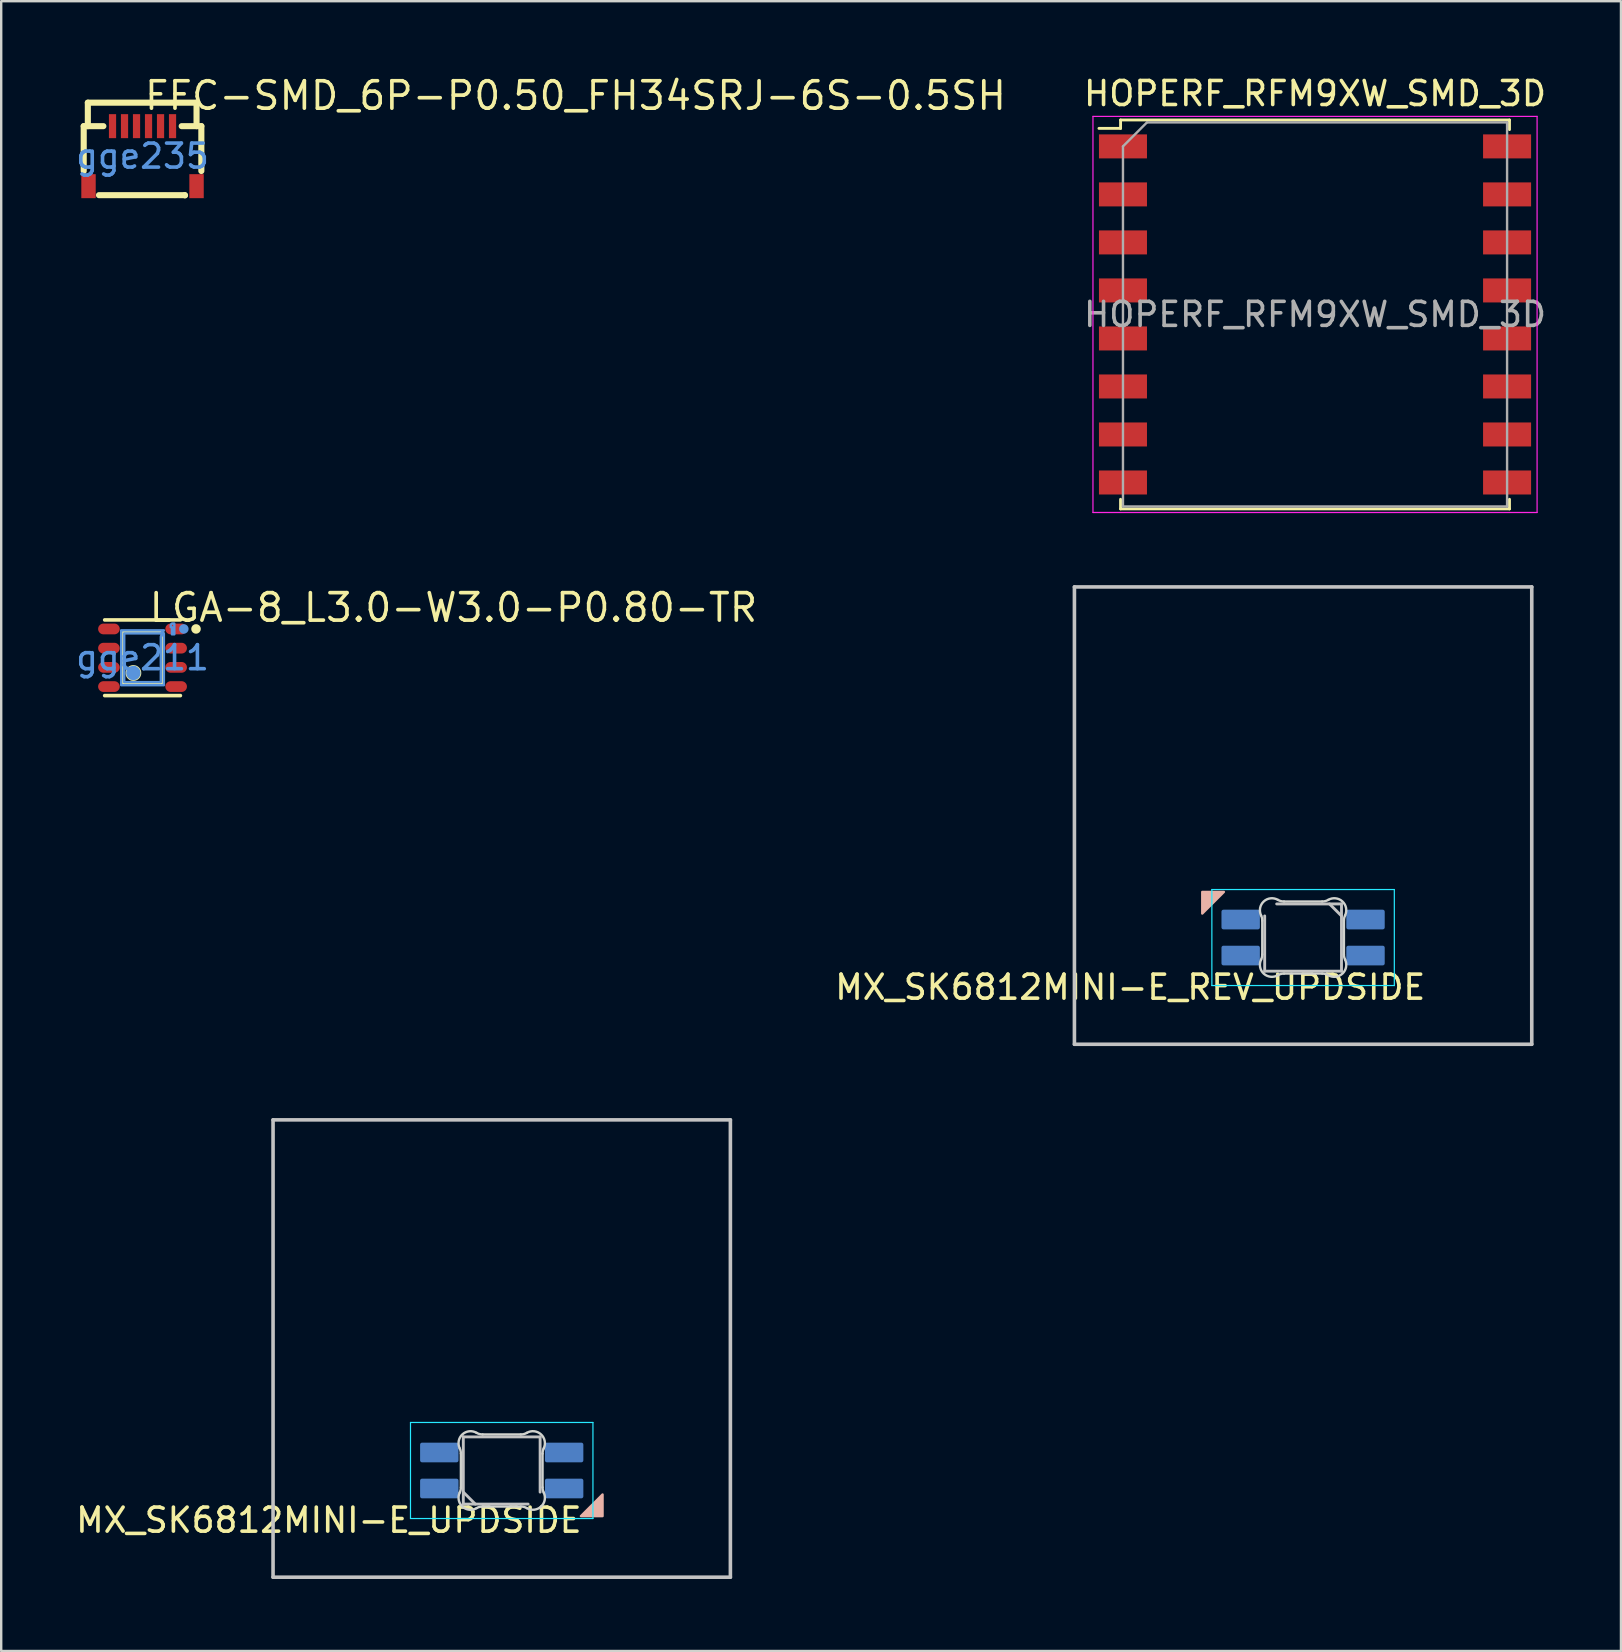
<source format=kicad_pcb>
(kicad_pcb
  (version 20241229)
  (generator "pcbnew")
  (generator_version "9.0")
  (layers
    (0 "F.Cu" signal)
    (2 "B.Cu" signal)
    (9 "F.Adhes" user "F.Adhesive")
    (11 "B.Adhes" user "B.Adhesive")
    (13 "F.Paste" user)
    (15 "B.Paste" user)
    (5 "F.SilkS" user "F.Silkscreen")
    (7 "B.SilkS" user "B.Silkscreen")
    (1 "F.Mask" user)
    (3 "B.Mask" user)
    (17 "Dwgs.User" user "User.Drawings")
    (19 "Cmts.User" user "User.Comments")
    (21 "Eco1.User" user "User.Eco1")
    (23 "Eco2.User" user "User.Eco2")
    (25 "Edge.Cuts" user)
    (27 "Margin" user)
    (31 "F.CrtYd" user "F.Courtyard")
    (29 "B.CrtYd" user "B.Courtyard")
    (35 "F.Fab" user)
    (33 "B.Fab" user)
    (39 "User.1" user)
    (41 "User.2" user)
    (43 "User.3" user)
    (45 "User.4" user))
  (footprint "MX_SK6812MINI-E_REV_UPDSIDE"
    (layer "F.Cu")
    (at 51.23 30.923)
    (property "Reference" "MX_SK6812MINI-E_REV_UPDSIDE" (at -7.2 7.15 0) (layer "F.SilkS") (effects (font (size 1 1) (thickness 0.15))))
    (attr through_hole)
    (fp_poly (pts (xy -4.2 4.08) (xy -3.3 3.18) (xy -4.2 3.18)) (stroke (width 0.1) (type solid)) (fill yes) (layer "B.SilkS"))
    (fp_line (start -9.525 -9.525) (end 9.525 -9.525) (stroke (width 0.15) (type solid)) (layer "Dwgs.User"))
    (fp_line (start -9.525 9.525) (end -9.525 -9.525) (stroke (width 0.15) (type solid)) (layer "Dwgs.User"))
    (fp_line (start -1.6 4.18) (end -1.6 6.48) (stroke (width 0.12) (type solid)) (layer "Dwgs.User"))
    (fp_line (start -1.6 6.48) (end 1.6 6.48) (stroke (width 0.12) (type solid)) (layer "Dwgs.User"))
    (fp_line (start 1.6 3.68) (end -1.1 3.68) (stroke (width 0.12) (type solid)) (layer "Dwgs.User"))
    (fp_line (start 1.6 4.18) (end 1.1 3.68) (stroke (width 0.12) (type solid)) (layer "Dwgs.User"))
    (fp_line (start 1.6 6.48) (end 1.6 3.68) (stroke (width 0.12) (type solid)) (layer "Dwgs.User"))
    (fp_line (start 9.525 -9.525) (end 9.525 9.525) (stroke (width 0.15) (type solid)) (layer "Dwgs.User"))
    (fp_line (start 9.525 9.525) (end -9.525 9.525) (stroke (width 0.15) (type solid)) (layer "Dwgs.User"))
    (fp_line (start -1.7 5.783) (end -1.7 4.377) (stroke (width 0.1) (type solid)) (layer "Edge.Cuts"))
    (fp_line (start -0.794 3.58) (end 0.794 3.58) (stroke (width 0.1) (type solid)) (layer "Edge.Cuts"))
    (fp_line (start 0.794 6.58) (end -0.794 6.58) (stroke (width 0.1) (type solid)) (layer "Edge.Cuts"))
    (fp_line (start 1.7 4.377) (end 1.7 5.783) (stroke (width 0.1) (type solid)) (layer "Edge.Cuts"))
    (fp_arc (start -1.749484 4.16028) (mid -1.712527 4.265932) (end -1.699999 4.377158) (stroke (width 0.1) (type solid)) (layer "Edge.Cuts"))
    (fp_arc (start -1.749484 4.160281) (mid -1.638072 3.575965) (end -1.046711 3.511701) (stroke (width 0.1) (type solid)) (layer "Edge.Cuts"))
    (fp_arc (start -1.699999 5.782843) (mid -1.712527 5.894068) (end -1.749484 5.99972) (stroke (width 0.1) (type solid)) (layer "Edge.Cuts"))
    (fp_arc (start -1.046711 6.648298) (mid -1.638071 6.584034) (end -1.749484 5.99972) (stroke (width 0.1) (type solid)) (layer "Edge.Cuts"))
    (fp_arc (start -1.046711 6.648298) (mid -0.925123 6.597376) (end -0.794453 6.579999) (stroke (width 0.1) (type solid)) (layer "Edge.Cuts"))
    (fp_arc (start -0.794452 3.58) (mid -0.925123 3.562623) (end -1.046711 3.511701) (stroke (width 0.1) (type solid)) (layer "Edge.Cuts"))
    (fp_arc (start 0.794453 6.58) (mid 0.925123 6.597377) (end 1.046711 6.648299) (stroke (width 0.1) (type solid)) (layer "Edge.Cuts"))
    (fp_arc (start 1.04671 3.511701) (mid 0.925122 3.562623) (end 0.794452 3.58) (stroke (width 0.1) (type solid)) (layer "Edge.Cuts"))
    (fp_arc (start 1.046711 3.511703) (mid 1.63807 3.575966) (end 1.749484 4.16028) (stroke (width 0.1) (type solid)) (layer "Edge.Cuts"))
    (fp_arc (start 1.699999 4.377157) (mid 1.712527 4.265932) (end 1.749484 4.16028) (stroke (width 0.1) (type solid)) (layer "Edge.Cuts"))
    (fp_arc (start 1.749484 5.99972) (mid 1.638071 6.584035) (end 1.046711 6.648299) (stroke (width 0.1) (type solid)) (layer "Edge.Cuts"))
    (fp_arc (start 1.749484 5.99972) (mid 1.712527 5.894068) (end 1.699999 5.782842) (stroke (width 0.1) (type solid)) (layer "Edge.Cuts"))
    (fp_line (start -3.8 3.08) (end -3.8 7.08) (stroke (width 0.05) (type solid)) (layer "B.CrtYd"))
    (fp_line (start -3.8 7.08) (end 3.8 7.08) (stroke (width 0.05) (type solid)) (layer "B.CrtYd"))
    (fp_line (start 3.8 3.08) (end -3.8 3.08) (stroke (width 0.05) (type solid)) (layer "B.CrtYd"))
    (fp_line (start 3.8 7.08) (end 3.8 3.08) (stroke (width 0.05) (type solid)) (layer "B.CrtYd"))
    (pad "1" smd roundrect (at -2.6 5.83 90) (size 0.82 1.6) (layers "B.Cu" "B.Mask" "B.Paste") (roundrect_rratio 0.1))
    (pad "2" smd roundrect (at -2.6 4.33 90) (size 0.82 1.6) (layers "B.Cu" "B.Mask" "B.Paste") (roundrect_rratio 0.1))
    (pad "3" smd roundrect (at 2.6 4.33 90) (size 0.82 1.6) (layers "B.Cu" "B.Mask" "B.Paste") (roundrect_rratio 0.1))
    (pad "4" smd roundrect (at 2.6 5.83 90) (size 0.82 1.6) (layers "B.Cu" "B.Mask" "B.Paste") (roundrect_rratio 0.1)))
  (footprint "FFC-SMD_6P-P0.50_FH34SRJ-6S-0.5SH"
    (layer "F.Cu")
    (at 2.887 3.455)
    (property "Reference" "FFC-SMD_6P-P0.50_FH34SRJ-6S-0.5SH" (at 0 -2.52 0) (layer "F.SilkS") (effects (font (size 1.143 1.143) (thickness 0.152)) (justify left)))
    (attr smd)
    (fp_line (start -2.45 -1.25) (end -1.631 -1.25) (stroke (width 0.254) (type solid)) (layer "F.SilkS"))
    (fp_line (start -2.45 0.619) (end -2.45 -1.25) (stroke (width 0.254) (type solid)) (layer "F.SilkS"))
    (fp_line (start -2.278 -2.228) (end 2.25 -2.228) (stroke (width 0.254) (type solid)) (layer "F.SilkS"))
    (fp_line (start -2.278 -1.25) (end -2.278 -2.228) (stroke (width 0.254) (type solid)) (layer "F.SilkS"))
    (fp_line (start -1.814 1.624) (end 1.761 1.624) (stroke (width 0.254) (type solid)) (layer "F.SilkS"))
    (fp_line (start 1.631 -1.25) (end 2.45 -1.25) (stroke (width 0.254) (type solid)) (layer "F.SilkS"))
    (fp_line (start 1.761 1.624) (end 1.77 1.633) (stroke (width 0.254) (type solid)) (layer "F.SilkS"))
    (fp_line (start 2.25 -2.228) (end 2.25 -1.25) (stroke (width 0.254) (type solid)) (layer "F.SilkS"))
    (fp_line (start 2.45 0.619) (end 2.45 -1.25) (stroke (width 0.254) (type solid)) (layer "F.SilkS"))
    (fp_text user "gge235" (at 0 0 0) (layer "Cmts.User") (effects (font (size 1 1) (thickness 0.15))))
    (pad "1" smd rect (at 1.25 -1.25 90) (size 1 0.3) (layers "F.Cu" "F.Mask" "F.Paste"))
    (pad "2" smd rect (at 0.75 -1.25 90) (size 1 0.3) (layers "F.Cu" "F.Mask" "F.Paste"))
    (pad "3" smd rect (at 0.25 -1.25 90) (size 1 0.3) (layers "F.Cu" "F.Mask" "F.Paste"))
    (pad "4" smd rect (at -0.25 -1.25 90) (size 1 0.3) (layers "F.Cu" "F.Mask" "F.Paste"))
    (pad "5" smd rect (at -0.75 -1.25 90) (size 1 0.3) (layers "F.Cu" "F.Mask" "F.Paste"))
    (pad "6" smd rect (at -1.25 -1.25 90) (size 1 0.3) (layers "F.Cu" "F.Mask" "F.Paste"))
    (pad "7" smd rect (at -2.25 1.25 90) (size 1 0.6) (layers "F.Cu" "F.Mask" "F.Paste"))
    (pad "8" smd rect (at 2.25 1.25 90) (size 1 0.6) (layers "F.Cu" "F.Mask" "F.Paste")))
  (footprint "HOPERF_RFM9XW_SMD_3D"
    (layer "F.Cu")
    (at 51.727 10.048)
    (property "Reference" "HOPERF_RFM9XW_SMD_3D" (at 0 -9.2 0) (layer "F.SilkS") (effects (font (size 1 1) (thickness 0.15))))
    (attr smd)
    (fp_line (start -8.1 -8.1) (end -8.1 -7.75) (stroke (width 0.12) (type solid)) (layer "F.SilkS"))
    (fp_line (start -8.1 -8.1) (end 8.1 -8.1) (stroke (width 0.12) (type solid)) (layer "F.SilkS"))
    (fp_line (start -8.1 -7.75) (end -9 -7.75) (stroke (width 0.12) (type solid)) (layer "F.SilkS"))
    (fp_line (start -8.1 7.7) (end -8.1 8.1) (stroke (width 0.12) (type solid)) (layer "F.SilkS"))
    (fp_line (start -8.1 8.1) (end 8.1 8.1) (stroke (width 0.12) (type solid)) (layer "F.SilkS"))
    (fp_line (start 8.1 -8.1) (end 8.1 -7.7) (stroke (width 0.12) (type solid)) (layer "F.SilkS"))
    (fp_line (start 8.1 8.1) (end 8.1 7.7) (stroke (width 0.12) (type solid)) (layer "F.SilkS"))
    (fp_line (start -9.25 -8.25) (end 9.25 -8.25) (stroke (width 0.05) (type solid)) (layer "F.CrtYd"))
    (fp_line (start -9.25 8.25) (end -9.25 -8.25) (stroke (width 0.05) (type solid)) (layer "F.CrtYd"))
    (fp_line (start -9.25 8.25) (end 9.25 8.25) (stroke (width 0.05) (type solid)) (layer "F.CrtYd"))
    (fp_line (start 9.25 -8.25) (end 9.25 8.25) (stroke (width 0.05) (type solid)) (layer "F.CrtYd"))
    (fp_line (start -8 8) (end -8 -7) (stroke (width 0.1) (type solid)) (layer "F.Fab"))
    (fp_line (start -8 8) (end 8 8) (stroke (width 0.1) (type solid)) (layer "F.Fab"))
    (fp_line (start -7 -8) (end -8 -7) (stroke (width 0.1) (type solid)) (layer "F.Fab"))
    (fp_line (start -7 -8) (end 8 -8) (stroke (width 0.1) (type solid)) (layer "F.Fab"))
    (fp_line (start 8 8) (end 8 -8) (stroke (width 0.1) (type solid)) (layer "F.Fab"))
    (fp_text user "${REFERENCE}" (at 0 0 0) (layer "F.Fab") (effects (font (size 1 1) (thickness 0.15))))
    (pad "1" smd rect (at -8 -7) (size 2 1) (layers "F.Cu" "F.Mask" "F.Paste"))
    (pad "2" smd rect (at -8 -5) (size 2 1) (layers "F.Cu" "F.Mask" "F.Paste"))
    (pad "3" smd rect (at -8 -3) (size 2 1) (layers "F.Cu" "F.Mask" "F.Paste"))
    (pad "4" smd rect (at -8 -1) (size 2 1) (layers "F.Cu" "F.Mask" "F.Paste"))
    (pad "5" smd rect (at -8 1) (size 2 1) (layers "F.Cu" "F.Mask" "F.Paste"))
    (pad "6" smd rect (at -8 3) (size 2 1) (layers "F.Cu" "F.Mask" "F.Paste"))
    (pad "7" smd rect (at -8 5) (size 2 1) (layers "F.Cu" "F.Mask" "F.Paste"))
    (pad "8" smd rect (at -8 7) (size 2 1) (layers "F.Cu" "F.Mask" "F.Paste"))
    (pad "9" smd rect (at 8 7) (size 2 1) (layers "F.Cu" "F.Mask" "F.Paste"))
    (pad "10" smd rect (at 8 5) (size 2 1) (layers "F.Cu" "F.Mask" "F.Paste"))
    (pad "11" smd rect (at 8 3) (size 2 1) (layers "F.Cu" "F.Mask" "F.Paste"))
    (pad "12" smd rect (at 8 1) (size 2 1) (layers "F.Cu" "F.Mask" "F.Paste"))
    (pad "13" smd rect (at 8 -1) (size 2 1) (layers "F.Cu" "F.Mask" "F.Paste"))
    (pad "14" smd rect (at 8 -3) (size 2 1) (layers "F.Cu" "F.Mask" "F.Paste"))
    (pad "15" smd rect (at 8 -5) (size 2 1) (layers "F.Cu" "F.Mask" "F.Paste"))
    (pad "16" smd rect (at 8 -7) (size 2 1) (layers "F.Cu" "F.Mask" "F.Paste")))
  (footprint "LGA-8_L3.0-W3.0-P0.80-TR"
    (layer "F.Cu")
    (at 2.887 24.349)
    (property "Reference" "LGA-8_L3.0-W3.0-P0.80-TR" (at 0.196 -2.09 0) (layer "F.SilkS") (effects (font (size 1.143 1.143) (thickness 0.152)) (justify left)))
    (attr smd)
    (fp_line (start -1.576 -1.576) (end 1.576 -1.576) (stroke (width 0.152) (type solid)) (layer "F.SilkS"))
    (fp_line (start -1.576 1.576) (end 1.576 1.576) (stroke (width 0.152) (type solid)) (layer "F.SilkS"))
    (fp_line (start -0.825 -1.079) (end 0.825 -1.079) (stroke (width 0.152) (type solid)) (layer "F.SilkS"))
    (fp_line (start -0.825 1.079) (end -0.825 -1.079) (stroke (width 0.152) (type solid)) (layer "F.SilkS"))
    (fp_line (start 0.825 -1.079) (end 0.825 1.079) (stroke (width 0.152) (type solid)) (layer "F.SilkS"))
    (fp_line (start 0.825 1.079) (end -0.825 1.079) (stroke (width 0.152) (type solid)) (layer "F.SilkS"))
    (fp_circle (center -0.381 0.635) (end -0.127 0.635) (stroke (width 0.152) (type solid)) (fill no) (layer "F.SilkS"))
    (fp_circle (center 2.228 -1.201) (end 2.328 -1.201) (stroke (width 0.2) (type solid)) (fill no) (layer "F.SilkS"))
    (fp_circle (center -0.381 0.635) (end -0.231 0.635) (stroke (width 0.3) (type solid)) (fill no) (layer "Cmts.User"))
    (fp_circle (center 1.72 -1.201) (end 1.82 -1.201) (stroke (width 0.2) (type solid)) (fill no) (layer "Cmts.User"))
    (fp_poly (pts (xy 1.275 -1.425) (xy 1.225 -1.425) (xy 1.175 -1.375) (xy 1.175 -1.275) (xy 1.225 -1.275) (xy 1.225 -0.975) (xy 1.275 -0.975) (xy 1.325 -0.975) (xy 1.325 -1.425)) (stroke (width 0.1) (type solid)) (fill no) (layer "Cmts.User"))
    (fp_poly (pts (xy 0.889 -1.016) (xy 0.889 1.143) (xy -0.889 1.143) (xy -0.889 -1.143) (xy 0.889 -1.143) (xy 0.762 -1.016) (xy -0.762 -1.016) (xy -0.762 1.016) (xy 0.762 1.016) (xy 0.762 -0.889) (xy 0.889 -1.016) (xy 0.889 -0.889)) (stroke (width 0.1) (type solid)) (fill no) (layer "Cmts.User"))
    (fp_text user "gge211" (at 0 0 0) (layer "Cmts.User") (effects (font (size 1 1) (thickness 0.15))))
    (pad "1" smd oval (at 1.4 -1.2 270) (size 0.448 0.9) (layers "F.Cu" "F.Mask" "F.Paste"))
    (pad "2" smd oval (at 1.4 -0.4 270) (size 0.448 0.9) (layers "F.Cu" "F.Mask" "F.Paste"))
    (pad "3" smd oval (at 1.4 0.4 270) (size 0.448 0.9) (layers "F.Cu" "F.Mask" "F.Paste"))
    (pad "4" smd oval (at 1.4 1.2 270) (size 0.448 0.9) (layers "F.Cu" "F.Mask" "F.Paste"))
    (pad "5" smd oval (at -1.4 1.2 270) (size 0.448 0.9) (layers "F.Cu" "F.Mask" "F.Paste"))
    (pad "6" smd oval (at -1.4 0.4 270) (size 0.448 0.9) (layers "F.Cu" "F.Mask" "F.Paste"))
    (pad "7" smd oval (at -1.4 -0.4 270) (size 0.448 0.9) (layers "F.Cu" "F.Mask" "F.Paste"))
    (pad "8" smd oval (at -1.4 -1.2 270) (size 0.448 0.9) (layers "F.Cu" "F.Mask" "F.Paste")))
  (footprint "MX_SK6812MINI-E_UPDSIDE"
    (layer "F.Cu")
    (at 17.849 53.123)
    (property "Reference" "MX_SK6812MINI-E_UPDSIDE" (at -7.2 7.15 0) (layer "F.SilkS") (effects (font (size 1 1) (thickness 0.15))))
    (attr through_hole)
    (fp_poly (pts (xy 4.2 6.08) (xy 3.3 6.98) (xy 4.2 6.98)) (stroke (width 0.1) (type solid)) (fill yes) (layer "B.SilkS"))
    (fp_line (start -9.525 -9.525) (end 9.525 -9.525) (stroke (width 0.15) (type solid)) (layer "Dwgs.User"))
    (fp_line (start -9.525 9.525) (end -9.525 -9.525) (stroke (width 0.15) (type solid)) (layer "Dwgs.User"))
    (fp_line (start -1.6 3.68) (end -1.6 6.48) (stroke (width 0.12) (type solid)) (layer "Dwgs.User"))
    (fp_line (start -1.6 5.98) (end -1.1 6.48) (stroke (width 0.12) (type solid)) (layer "Dwgs.User"))
    (fp_line (start -1.6 6.48) (end 1.1 6.48) (stroke (width 0.12) (type solid)) (layer "Dwgs.User"))
    (fp_line (start 1.6 3.68) (end -1.6 3.68) (stroke (width 0.12) (type solid)) (layer "Dwgs.User"))
    (fp_line (start 1.6 5.98) (end 1.6 3.68) (stroke (width 0.12) (type solid)) (layer "Dwgs.User"))
    (fp_line (start 9.525 -9.525) (end 9.525 9.525) (stroke (width 0.15) (type solid)) (layer "Dwgs.User"))
    (fp_line (start 9.525 9.525) (end -9.525 9.525) (stroke (width 0.15) (type solid)) (layer "Dwgs.User"))
    (fp_line (start -1.7 5.783) (end -1.7 4.377) (stroke (width 0.1) (type solid)) (layer "Edge.Cuts"))
    (fp_line (start -0.794 3.58) (end 0.794 3.58) (stroke (width 0.1) (type solid)) (layer "Edge.Cuts"))
    (fp_line (start 0.794 6.58) (end -0.794 6.58) (stroke (width 0.1) (type solid)) (layer "Edge.Cuts"))
    (fp_line (start 1.7 4.377) (end 1.7 5.783) (stroke (width 0.1) (type solid)) (layer "Edge.Cuts"))
    (fp_arc (start -1.749484 4.160279) (mid -1.712527 4.265931) (end -1.699999 4.377157) (stroke (width 0.1) (type solid)) (layer "Edge.Cuts"))
    (fp_arc (start -1.749484 4.160279) (mid -1.638071 3.575964) (end -1.046711 3.5117) (stroke (width 0.1) (type solid)) (layer "Edge.Cuts"))
    (fp_arc (start -1.699999 5.782842) (mid -1.712527 5.894067) (end -1.749484 5.999719) (stroke (width 0.1) (type solid)) (layer "Edge.Cuts"))
    (fp_arc (start -1.046711 6.648296) (mid -1.63807 6.584033) (end -1.749484 5.999719) (stroke (width 0.1) (type solid)) (layer "Edge.Cuts"))
    (fp_arc (start -1.04671 6.648298) (mid -0.925122 6.597376) (end -0.794452 6.579999) (stroke (width 0.1) (type solid)) (layer "Edge.Cuts"))
    (fp_arc (start -0.794453 3.579999) (mid -0.925123 3.562622) (end -1.046711 3.5117) (stroke (width 0.1) (type solid)) (layer "Edge.Cuts"))
    (fp_arc (start 0.794452 6.579999) (mid 0.925123 6.597376) (end 1.046711 6.648298) (stroke (width 0.1) (type solid)) (layer "Edge.Cuts"))
    (fp_arc (start 1.046711 3.511701) (mid 0.925123 3.562623) (end 0.794453 3.58) (stroke (width 0.1) (type solid)) (layer "Edge.Cuts"))
    (fp_arc (start 1.046711 3.511701) (mid 1.638071 3.575965) (end 1.749484 4.160279) (stroke (width 0.1) (type solid)) (layer "Edge.Cuts"))
    (fp_arc (start 1.699999 4.377156) (mid 1.712527 4.265931) (end 1.749484 4.160279) (stroke (width 0.1) (type solid)) (layer "Edge.Cuts"))
    (fp_arc (start 1.749484 5.999718) (mid 1.638072 6.584034) (end 1.046711 6.648298) (stroke (width 0.1) (type solid)) (layer "Edge.Cuts"))
    (fp_arc (start 1.749484 5.999719) (mid 1.712527 5.894067) (end 1.699999 5.782841) (stroke (width 0.1) (type solid)) (layer "Edge.Cuts"))
    (fp_line (start -3.8 3.08) (end -3.8 7.08) (stroke (width 0.05) (type solid)) (layer "B.CrtYd"))
    (fp_line (start -3.8 7.08) (end 3.8 7.08) (stroke (width 0.05) (type solid)) (layer "B.CrtYd"))
    (fp_line (start 3.8 3.08) (end -3.8 3.08) (stroke (width 0.05) (type solid)) (layer "B.CrtYd"))
    (fp_line (start 3.8 7.08) (end 3.8 3.08) (stroke (width 0.05) (type solid)) (layer "B.CrtYd"))
    (pad "1" smd roundrect (at 2.6 4.33 270) (size 0.82 1.6) (layers "B.Cu" "B.Mask" "B.Paste") (roundrect_rratio 0.1))
    (pad "2" smd roundrect (at 2.6 5.83 270) (size 0.82 1.6) (layers "B.Cu" "B.Mask" "B.Paste") (roundrect_rratio 0.1))
    (pad "3" smd roundrect (at -2.6 5.83 270) (size 0.82 1.6) (layers "B.Cu" "B.Mask" "B.Paste") (roundrect_rratio 0.1))
    (pad "4" smd roundrect (at -2.6 4.33 270) (size 0.82 1.6) (layers "B.Cu" "B.Mask" "B.Paste") (roundrect_rratio 0.1)))
  (gr_rect
    (start -3 -3)
    (end 64.471 65.723)
    (stroke (width 0.1) (type default))
    (fill no)
    (layer "Edge.Cuts")))
</source>
